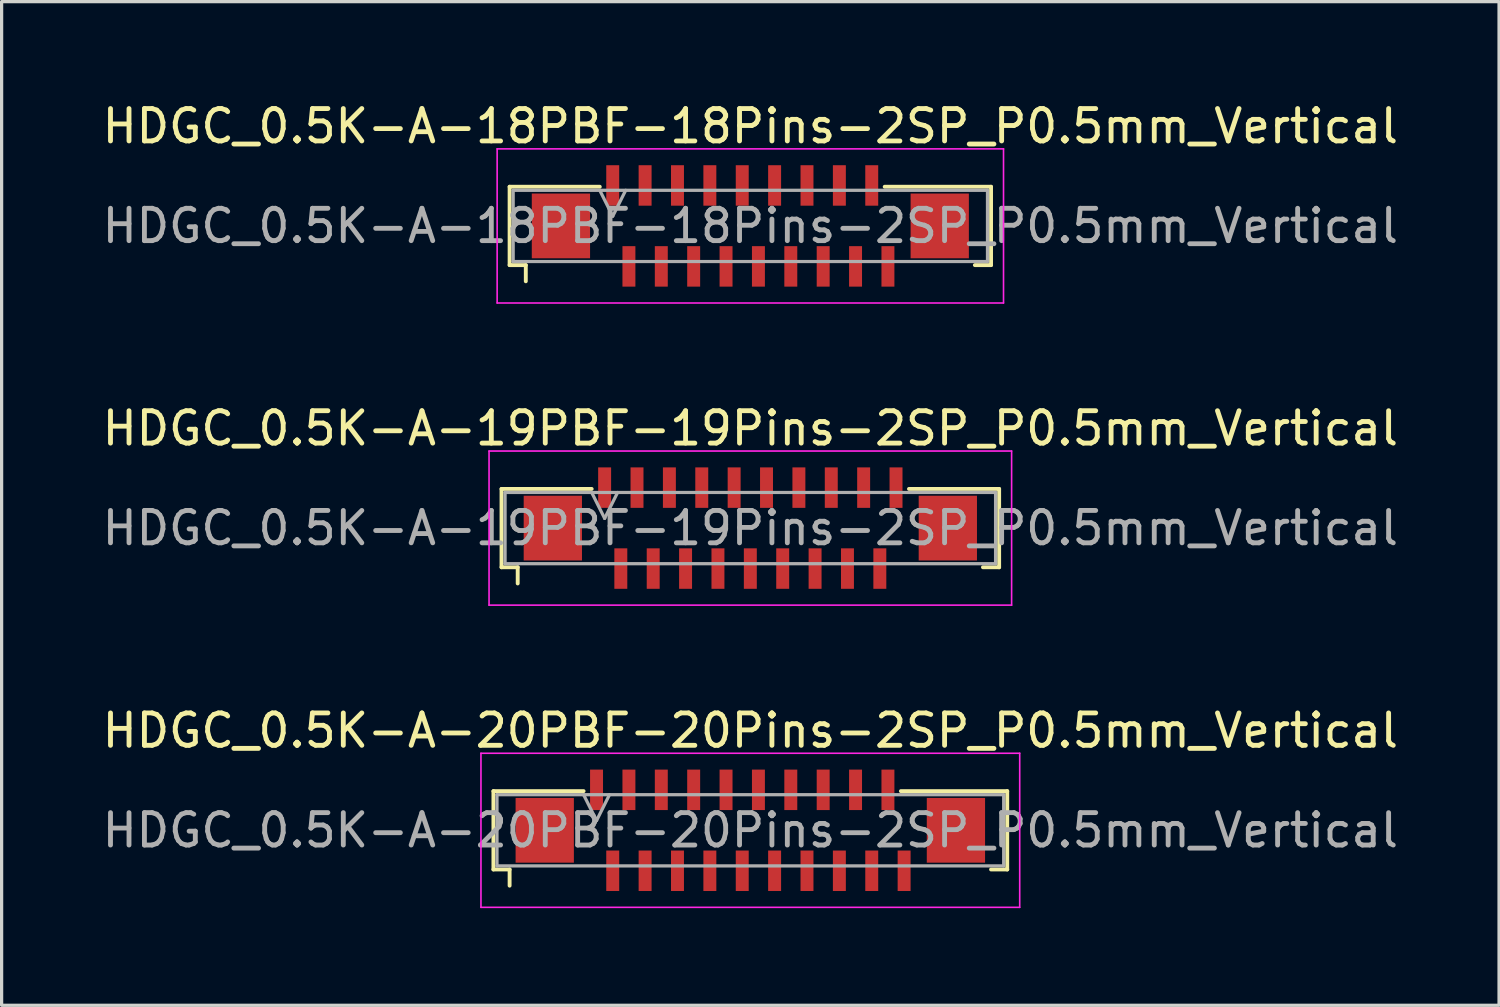
<source format=kicad_pcb>
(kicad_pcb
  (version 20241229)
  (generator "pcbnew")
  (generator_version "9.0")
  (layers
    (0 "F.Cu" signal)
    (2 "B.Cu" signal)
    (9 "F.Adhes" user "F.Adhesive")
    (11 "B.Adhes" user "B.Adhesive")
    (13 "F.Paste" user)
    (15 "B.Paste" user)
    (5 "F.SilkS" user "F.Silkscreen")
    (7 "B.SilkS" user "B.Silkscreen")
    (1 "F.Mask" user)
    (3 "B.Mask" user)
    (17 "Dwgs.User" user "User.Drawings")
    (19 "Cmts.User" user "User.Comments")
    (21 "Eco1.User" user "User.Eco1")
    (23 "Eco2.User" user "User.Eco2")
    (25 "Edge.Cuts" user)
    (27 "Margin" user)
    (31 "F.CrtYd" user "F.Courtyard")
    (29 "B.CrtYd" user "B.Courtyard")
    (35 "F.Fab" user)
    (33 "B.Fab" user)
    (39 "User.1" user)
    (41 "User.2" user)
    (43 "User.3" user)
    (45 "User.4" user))
  (footprint "HDGC_0.5K-A-18PBF-18Pins-2SP_P0.5mm_Vertical"
    (layer "F.Cu")
    (at 20.125 3.928)
    (property "Reference" "HDGC_0.5K-A-18PBF-18Pins-2SP_P0.5mm_Vertical" (at 0 -3.08 0) (layer "F.SilkS") (effects (font (size 1 1) (thickness 0.15))))
    (attr smd)
    (fp_line (start -7.435 -1.21) (end -4.65 -1.21) (stroke (width 0.12) (type solid)) (layer "F.SilkS"))
    (fp_line (start -7.435 1.21) (end -7.435 -1.21) (stroke (width 0.12) (type solid)) (layer "F.SilkS"))
    (fp_line (start -6.935 1.21) (end -7.435 1.21) (stroke (width 0.12) (type solid)) (layer "F.SilkS"))
    (fp_line (start -6.935 1.71) (end -6.935 1.21) (stroke (width 0.12) (type solid)) (layer "F.SilkS"))
    (fp_line (start 6.935 1.21) (end 7.435 1.21) (stroke (width 0.12) (type solid)) (layer "F.SilkS"))
    (fp_line (start 7.435 -1.21) (end 4.15 -1.21) (stroke (width 0.12) (type solid)) (layer "F.SilkS"))
    (fp_line (start 7.435 1.21) (end 7.435 -1.21) (stroke (width 0.12) (type solid)) (layer "F.SilkS"))
    (fp_line (start -7.82 -2.38) (end 7.82 -2.38) (stroke (width 0.05) (type solid)) (layer "F.CrtYd"))
    (fp_line (start -7.82 2.38) (end -7.82 -2.38) (stroke (width 0.05) (type solid)) (layer "F.CrtYd"))
    (fp_line (start 7.82 -2.38) (end 7.82 2.38) (stroke (width 0.05) (type solid)) (layer "F.CrtYd"))
    (fp_line (start 7.82 2.38) (end -7.82 2.38) (stroke (width 0.05) (type solid)) (layer "F.CrtYd"))
    (fp_line (start -7.325 -1.1) (end -7.325 1.1) (stroke (width 0.1) (type solid)) (layer "F.Fab"))
    (fp_line (start -7.325 1.1) (end 7.325 1.1) (stroke (width 0.1) (type solid)) (layer "F.Fab"))
    (fp_line (start -4.65 -1.1) (end -4.25 -0.3) (stroke (width 0.1) (type solid)) (layer "F.Fab"))
    (fp_line (start -4.25 -0.3) (end -3.85 -1.1) (stroke (width 0.1) (type solid)) (layer "F.Fab"))
    (fp_line (start 7.325 -1.1) (end -7.325 -1.1) (stroke (width 0.1) (type solid)) (layer "F.Fab"))
    (fp_line (start 7.325 1.1) (end 7.325 -1.1) (stroke (width 0.1) (type solid)) (layer "F.Fab"))
    (fp_text user "${REFERENCE}" (at 0 0 0) (layer "F.Fab") (effects (font (size 1 1) (thickness 0.15))))
    (pad "1" smd rect (at -4.25 -1.25) (size 0.4 1.25) (layers "F.Cu" "F.Mask" "F.Paste"))
    (pad "2" smd rect (at -3.75 1.25) (size 0.4 1.25) (layers "F.Cu" "F.Mask" "F.Paste"))
    (pad "3" smd rect (at -3.25 -1.25) (size 0.4 1.25) (layers "F.Cu" "F.Mask" "F.Paste"))
    (pad "4" smd rect (at -2.75 1.25) (size 0.4 1.25) (layers "F.Cu" "F.Mask" "F.Paste"))
    (pad "5" smd rect (at -2.25 -1.25) (size 0.4 1.25) (layers "F.Cu" "F.Mask" "F.Paste"))
    (pad "6" smd rect (at -1.75 1.25) (size 0.4 1.25) (layers "F.Cu" "F.Mask" "F.Paste"))
    (pad "7" smd rect (at -1.25 -1.25) (size 0.4 1.25) (layers "F.Cu" "F.Mask" "F.Paste"))
    (pad "8" smd rect (at -0.75 1.25) (size 0.4 1.25) (layers "F.Cu" "F.Mask" "F.Paste"))
    (pad "9" smd rect (at -0.25 -1.25) (size 0.4 1.25) (layers "F.Cu" "F.Mask" "F.Paste"))
    (pad "10" smd rect (at 0.25 1.25) (size 0.4 1.25) (layers "F.Cu" "F.Mask" "F.Paste"))
    (pad "11" smd rect (at 0.75 -1.25) (size 0.4 1.25) (layers "F.Cu" "F.Mask" "F.Paste"))
    (pad "12" smd rect (at 1.25 1.25) (size 0.4 1.25) (layers "F.Cu" "F.Mask" "F.Paste"))
    (pad "13" smd rect (at 1.75 -1.25) (size 0.4 1.25) (layers "F.Cu" "F.Mask" "F.Paste"))
    (pad "14" smd rect (at 2.25 1.25) (size 0.4 1.25) (layers "F.Cu" "F.Mask" "F.Paste"))
    (pad "15" smd rect (at 2.75 -1.25) (size 0.4 1.25) (layers "F.Cu" "F.Mask" "F.Paste"))
    (pad "16" smd rect (at 3.25 1.25) (size 0.4 1.25) (layers "F.Cu" "F.Mask" "F.Paste"))
    (pad "17" smd rect (at 3.75 -1.25) (size 0.4 1.25) (layers "F.Cu" "F.Mask" "F.Paste"))
    (pad "18" smd rect (at 4.25 1.25) (size 0.4 1.25) (layers "F.Cu" "F.Mask" "F.Paste"))
    (pad "MP" smd rect (at -5.85 0) (size 1.8 2) (layers "F.Cu" "F.Mask" "F.Paste"))
    (pad "MP" smd rect (at 5.85 0) (size 1.8 2) (layers "F.Cu" "F.Mask" "F.Paste")))
  (footprint "HDGC_0.5K-A-19PBF-19Pins-2SP_P0.5mm_Vertical"
    (layer "F.Cu")
    (at 20.125 13.261)
    (property "Reference" "HDGC_0.5K-A-19PBF-19Pins-2SP_P0.5mm_Vertical" (at 0 -3.08 0) (layer "F.SilkS") (effects (font (size 1 1) (thickness 0.15))))
    (attr smd)
    (fp_line (start -7.685 -1.21) (end -4.9 -1.21) (stroke (width 0.12) (type solid)) (layer "F.SilkS"))
    (fp_line (start -7.685 1.21) (end -7.685 -1.21) (stroke (width 0.12) (type solid)) (layer "F.SilkS"))
    (fp_line (start -7.185 1.21) (end -7.685 1.21) (stroke (width 0.12) (type solid)) (layer "F.SilkS"))
    (fp_line (start -7.185 1.71) (end -7.185 1.21) (stroke (width 0.12) (type solid)) (layer "F.SilkS"))
    (fp_line (start 7.185 1.21) (end 7.685 1.21) (stroke (width 0.12) (type solid)) (layer "F.SilkS"))
    (fp_line (start 7.685 -1.21) (end 4.9 -1.21) (stroke (width 0.12) (type solid)) (layer "F.SilkS"))
    (fp_line (start 7.685 1.21) (end 7.685 -1.21) (stroke (width 0.12) (type solid)) (layer "F.SilkS"))
    (fp_line (start -8.07 -2.38) (end 8.07 -2.38) (stroke (width 0.05) (type solid)) (layer "F.CrtYd"))
    (fp_line (start -8.07 2.38) (end -8.07 -2.38) (stroke (width 0.05) (type solid)) (layer "F.CrtYd"))
    (fp_line (start 8.07 -2.38) (end 8.07 2.38) (stroke (width 0.05) (type solid)) (layer "F.CrtYd"))
    (fp_line (start 8.07 2.38) (end -8.07 2.38) (stroke (width 0.05) (type solid)) (layer "F.CrtYd"))
    (fp_line (start -7.575 -1.1) (end -7.575 1.1) (stroke (width 0.1) (type solid)) (layer "F.Fab"))
    (fp_line (start -7.575 1.1) (end 7.575 1.1) (stroke (width 0.1) (type solid)) (layer "F.Fab"))
    (fp_line (start -4.9 -1.1) (end -4.5 -0.3) (stroke (width 0.1) (type solid)) (layer "F.Fab"))
    (fp_line (start -4.5 -0.3) (end -4.1 -1.1) (stroke (width 0.1) (type solid)) (layer "F.Fab"))
    (fp_line (start 7.575 -1.1) (end -7.575 -1.1) (stroke (width 0.1) (type solid)) (layer "F.Fab"))
    (fp_line (start 7.575 1.1) (end 7.575 -1.1) (stroke (width 0.1) (type solid)) (layer "F.Fab"))
    (fp_text user "${REFERENCE}" (at 0 0 0) (layer "F.Fab") (effects (font (size 1 1) (thickness 0.15))))
    (pad "1" smd rect (at -4.5 -1.25) (size 0.4 1.25) (layers "F.Cu" "F.Mask" "F.Paste"))
    (pad "2" smd rect (at -4 1.25) (size 0.4 1.25) (layers "F.Cu" "F.Mask" "F.Paste"))
    (pad "3" smd rect (at -3.5 -1.25) (size 0.4 1.25) (layers "F.Cu" "F.Mask" "F.Paste"))
    (pad "4" smd rect (at -3 1.25) (size 0.4 1.25) (layers "F.Cu" "F.Mask" "F.Paste"))
    (pad "5" smd rect (at -2.5 -1.25) (size 0.4 1.25) (layers "F.Cu" "F.Mask" "F.Paste"))
    (pad "6" smd rect (at -2 1.25) (size 0.4 1.25) (layers "F.Cu" "F.Mask" "F.Paste"))
    (pad "7" smd rect (at -1.5 -1.25) (size 0.4 1.25) (layers "F.Cu" "F.Mask" "F.Paste"))
    (pad "8" smd rect (at -1 1.25) (size 0.4 1.25) (layers "F.Cu" "F.Mask" "F.Paste"))
    (pad "9" smd rect (at -0.5 -1.25) (size 0.4 1.25) (layers "F.Cu" "F.Mask" "F.Paste"))
    (pad "10" smd rect (at 0 1.25) (size 0.4 1.25) (layers "F.Cu" "F.Mask" "F.Paste"))
    (pad "11" smd rect (at 0.5 -1.25) (size 0.4 1.25) (layers "F.Cu" "F.Mask" "F.Paste"))
    (pad "12" smd rect (at 1 1.25) (size 0.4 1.25) (layers "F.Cu" "F.Mask" "F.Paste"))
    (pad "13" smd rect (at 1.5 -1.25) (size 0.4 1.25) (layers "F.Cu" "F.Mask" "F.Paste"))
    (pad "14" smd rect (at 2 1.25) (size 0.4 1.25) (layers "F.Cu" "F.Mask" "F.Paste"))
    (pad "15" smd rect (at 2.5 -1.25) (size 0.4 1.25) (layers "F.Cu" "F.Mask" "F.Paste"))
    (pad "16" smd rect (at 3 1.25) (size 0.4 1.25) (layers "F.Cu" "F.Mask" "F.Paste"))
    (pad "17" smd rect (at 3.5 -1.25) (size 0.4 1.25) (layers "F.Cu" "F.Mask" "F.Paste"))
    (pad "18" smd rect (at 4 1.25) (size 0.4 1.25) (layers "F.Cu" "F.Mask" "F.Paste"))
    (pad "19" smd rect (at 4.5 -1.25) (size 0.4 1.25) (layers "F.Cu" "F.Mask" "F.Paste"))
    (pad "MP" smd rect (at -6.1 0) (size 1.8 2) (layers "F.Cu" "F.Mask" "F.Paste"))
    (pad "MP" smd rect (at 6.1 0) (size 1.8 2) (layers "F.Cu" "F.Mask" "F.Paste")))
  (footprint "HDGC_0.5K-A-20PBF-20Pins-2SP_P0.5mm_Vertical"
    (layer "F.Cu")
    (at 20.125 22.595)
    (property "Reference" "HDGC_0.5K-A-20PBF-20Pins-2SP_P0.5mm_Vertical" (at 0 -3.08 0) (layer "F.SilkS") (effects (font (size 1 1) (thickness 0.15))))
    (attr smd)
    (fp_line (start -7.935 -1.21) (end -5.15 -1.21) (stroke (width 0.12) (type solid)) (layer "F.SilkS"))
    (fp_line (start -7.935 1.21) (end -7.935 -1.21) (stroke (width 0.12) (type solid)) (layer "F.SilkS"))
    (fp_line (start -7.435 1.21) (end -7.935 1.21) (stroke (width 0.12) (type solid)) (layer "F.SilkS"))
    (fp_line (start -7.435 1.71) (end -7.435 1.21) (stroke (width 0.12) (type solid)) (layer "F.SilkS"))
    (fp_line (start 7.435 1.21) (end 7.935 1.21) (stroke (width 0.12) (type solid)) (layer "F.SilkS"))
    (fp_line (start 7.935 -1.21) (end 4.65 -1.21) (stroke (width 0.12) (type solid)) (layer "F.SilkS"))
    (fp_line (start 7.935 1.21) (end 7.935 -1.21) (stroke (width 0.12) (type solid)) (layer "F.SilkS"))
    (fp_line (start -8.32 -2.38) (end 8.32 -2.38) (stroke (width 0.05) (type solid)) (layer "F.CrtYd"))
    (fp_line (start -8.32 2.38) (end -8.32 -2.38) (stroke (width 0.05) (type solid)) (layer "F.CrtYd"))
    (fp_line (start 8.32 -2.38) (end 8.32 2.38) (stroke (width 0.05) (type solid)) (layer "F.CrtYd"))
    (fp_line (start 8.32 2.38) (end -8.32 2.38) (stroke (width 0.05) (type solid)) (layer "F.CrtYd"))
    (fp_line (start -7.825 -1.1) (end -7.825 1.1) (stroke (width 0.1) (type solid)) (layer "F.Fab"))
    (fp_line (start -7.825 1.1) (end 7.825 1.1) (stroke (width 0.1) (type solid)) (layer "F.Fab"))
    (fp_line (start -5.15 -1.1) (end -4.75 -0.3) (stroke (width 0.1) (type solid)) (layer "F.Fab"))
    (fp_line (start -4.75 -0.3) (end -4.35 -1.1) (stroke (width 0.1) (type solid)) (layer "F.Fab"))
    (fp_line (start 7.825 -1.1) (end -7.825 -1.1) (stroke (width 0.1) (type solid)) (layer "F.Fab"))
    (fp_line (start 7.825 1.1) (end 7.825 -1.1) (stroke (width 0.1) (type solid)) (layer "F.Fab"))
    (fp_text user "${REFERENCE}" (at 0 0 0) (layer "F.Fab") (effects (font (size 1 1) (thickness 0.15))))
    (pad "1" smd rect (at -4.75 -1.25) (size 0.4 1.25) (layers "F.Cu" "F.Mask" "F.Paste"))
    (pad "2" smd rect (at -4.25 1.25) (size 0.4 1.25) (layers "F.Cu" "F.Mask" "F.Paste"))
    (pad "3" smd rect (at -3.75 -1.25) (size 0.4 1.25) (layers "F.Cu" "F.Mask" "F.Paste"))
    (pad "4" smd rect (at -3.25 1.25) (size 0.4 1.25) (layers "F.Cu" "F.Mask" "F.Paste"))
    (pad "5" smd rect (at -2.75 -1.25) (size 0.4 1.25) (layers "F.Cu" "F.Mask" "F.Paste"))
    (pad "6" smd rect (at -2.25 1.25) (size 0.4 1.25) (layers "F.Cu" "F.Mask" "F.Paste"))
    (pad "7" smd rect (at -1.75 -1.25) (size 0.4 1.25) (layers "F.Cu" "F.Mask" "F.Paste"))
    (pad "8" smd rect (at -1.25 1.25) (size 0.4 1.25) (layers "F.Cu" "F.Mask" "F.Paste"))
    (pad "9" smd rect (at -0.75 -1.25) (size 0.4 1.25) (layers "F.Cu" "F.Mask" "F.Paste"))
    (pad "10" smd rect (at -0.25 1.25) (size 0.4 1.25) (layers "F.Cu" "F.Mask" "F.Paste"))
    (pad "11" smd rect (at 0.25 -1.25) (size 0.4 1.25) (layers "F.Cu" "F.Mask" "F.Paste"))
    (pad "12" smd rect (at 0.75 1.25) (size 0.4 1.25) (layers "F.Cu" "F.Mask" "F.Paste"))
    (pad "13" smd rect (at 1.25 -1.25) (size 0.4 1.25) (layers "F.Cu" "F.Mask" "F.Paste"))
    (pad "14" smd rect (at 1.75 1.25) (size 0.4 1.25) (layers "F.Cu" "F.Mask" "F.Paste"))
    (pad "15" smd rect (at 2.25 -1.25) (size 0.4 1.25) (layers "F.Cu" "F.Mask" "F.Paste"))
    (pad "16" smd rect (at 2.75 1.25) (size 0.4 1.25) (layers "F.Cu" "F.Mask" "F.Paste"))
    (pad "17" smd rect (at 3.25 -1.25) (size 0.4 1.25) (layers "F.Cu" "F.Mask" "F.Paste"))
    (pad "18" smd rect (at 3.75 1.25) (size 0.4 1.25) (layers "F.Cu" "F.Mask" "F.Paste"))
    (pad "19" smd rect (at 4.25 -1.25) (size 0.4 1.25) (layers "F.Cu" "F.Mask" "F.Paste"))
    (pad "20" smd rect (at 4.75 1.25) (size 0.4 1.25) (layers "F.Cu" "F.Mask" "F.Paste"))
    (pad "MP" smd rect (at -6.35 0) (size 1.8 2) (layers "F.Cu" "F.Mask" "F.Paste"))
    (pad "MP" smd rect (at 6.35 0) (size 1.8 2) (layers "F.Cu" "F.Mask" "F.Paste")))
  (gr_rect
    (start -3 -3)
    (end 43.25 28)
    (stroke (width 0.1) (type default))
    (fill no)
    (layer "Edge.Cuts")))
</source>
